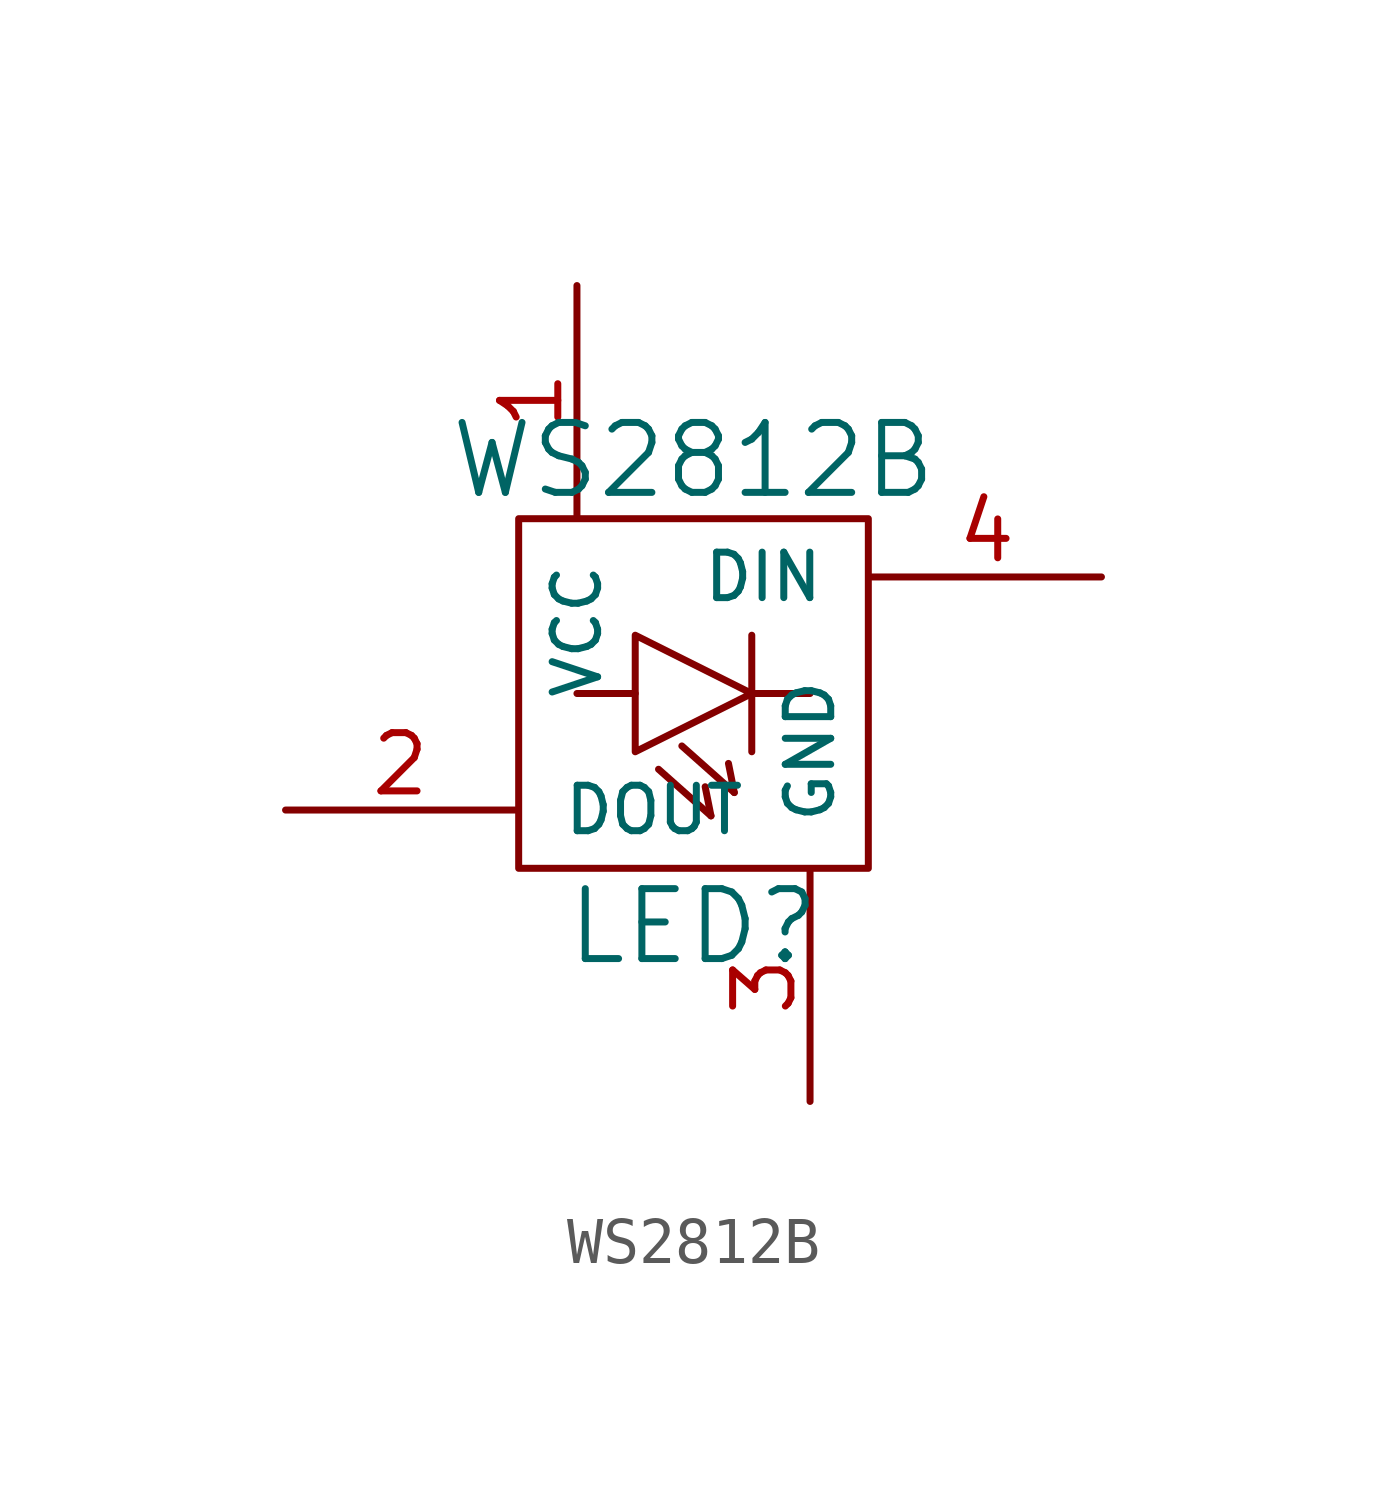
<source format=kicad_sym>
(kicad_symbol_lib
  (version 20201005)
  (generator kicad_symbol_editor)
  (symbol "WS2812B"
    (pin_names
      (offset 1.016))
    (property "Reference" "LED"
      (at 0 -5.08 0)
      (effects (font (size 1.524 1.524))))
    (property "Value" "WS2812B"
      (at 0 5.08 0)
      (effects (font (size 1.524 1.524))))
    (property "Footprint" ""
      (at 6.35 7.62 90)
      (effects (font (size 1.524 1.524))))
    (property "Datasheet" ""
      (at -1.27 0 90)
      (effects (font (size 1.524 1.524))))
    (symbol "WS2812B_0_0"
      (polyline (pts (xy -1.27 0) (xy -2.54 0)) (stroke (width 0)) (fill (type none)))
      (polyline (pts (xy -0.254 -1.143) (xy 0.889 -2.159)) (stroke (width 0)) (fill (type none)))
      (polyline (pts (xy 0.381 -2.667) (xy -0.762 -1.651)) (stroke (width 0)) (fill (type none)))
      (polyline (pts (xy 0.381 -2.667) (xy 0.254 -2.032)) (stroke (width 0)) (fill (type none)))
      (polyline (pts (xy 0.889 -2.159) (xy 0.762 -1.524)) (stroke (width 0)) (fill (type none)))
      (polyline (pts (xy 1.27 0) (xy 2.54 0)) (stroke (width 0)) (fill (type none))))
    (symbol "WS2812B_0_1"
      (rectangle (start -3.81 3.81) (end 3.81 -3.81) (stroke (width 0)) (fill (type none)))
      (rectangle (start 1.27 1.27) (end 1.27 -1.27) (stroke (width 0)) (fill (type none)))
      (polyline (pts (xy 1.27 0) (xy -1.27 1.27) (xy -1.27 -1.27) (xy 1.27 0) (xy 1.27 0)) (stroke (width 0)) (fill (type none))))
    (symbol "WS2812B_1_1"
      (pin power_in line (at -2.54 8.89 270) (length 5.004) (name "VCC" (effects (font (size 0.991 0.991)))) (number "1" (effects (font (size 1.27 1.27)))))
      (pin output line (at -8.89 -2.54 0) (length 5.004) (name "DOUT" (effects (font (size 0.991 0.991)))) (number "2" (effects (font (size 1.27 1.27)))))
      (pin power_in line (at 2.54 -8.89 90) (length 5.004) (name "GND" (effects (font (size 0.991 0.991)))) (number "3" (effects (font (size 1.27 1.27)))))
      (pin input line (at 8.89 2.54 180) (length 5.004) (name "DIN" (effects (font (size 0.991 0.991)))) (number "4" (effects (font (size 1.27 1.27))))))))
</source>
